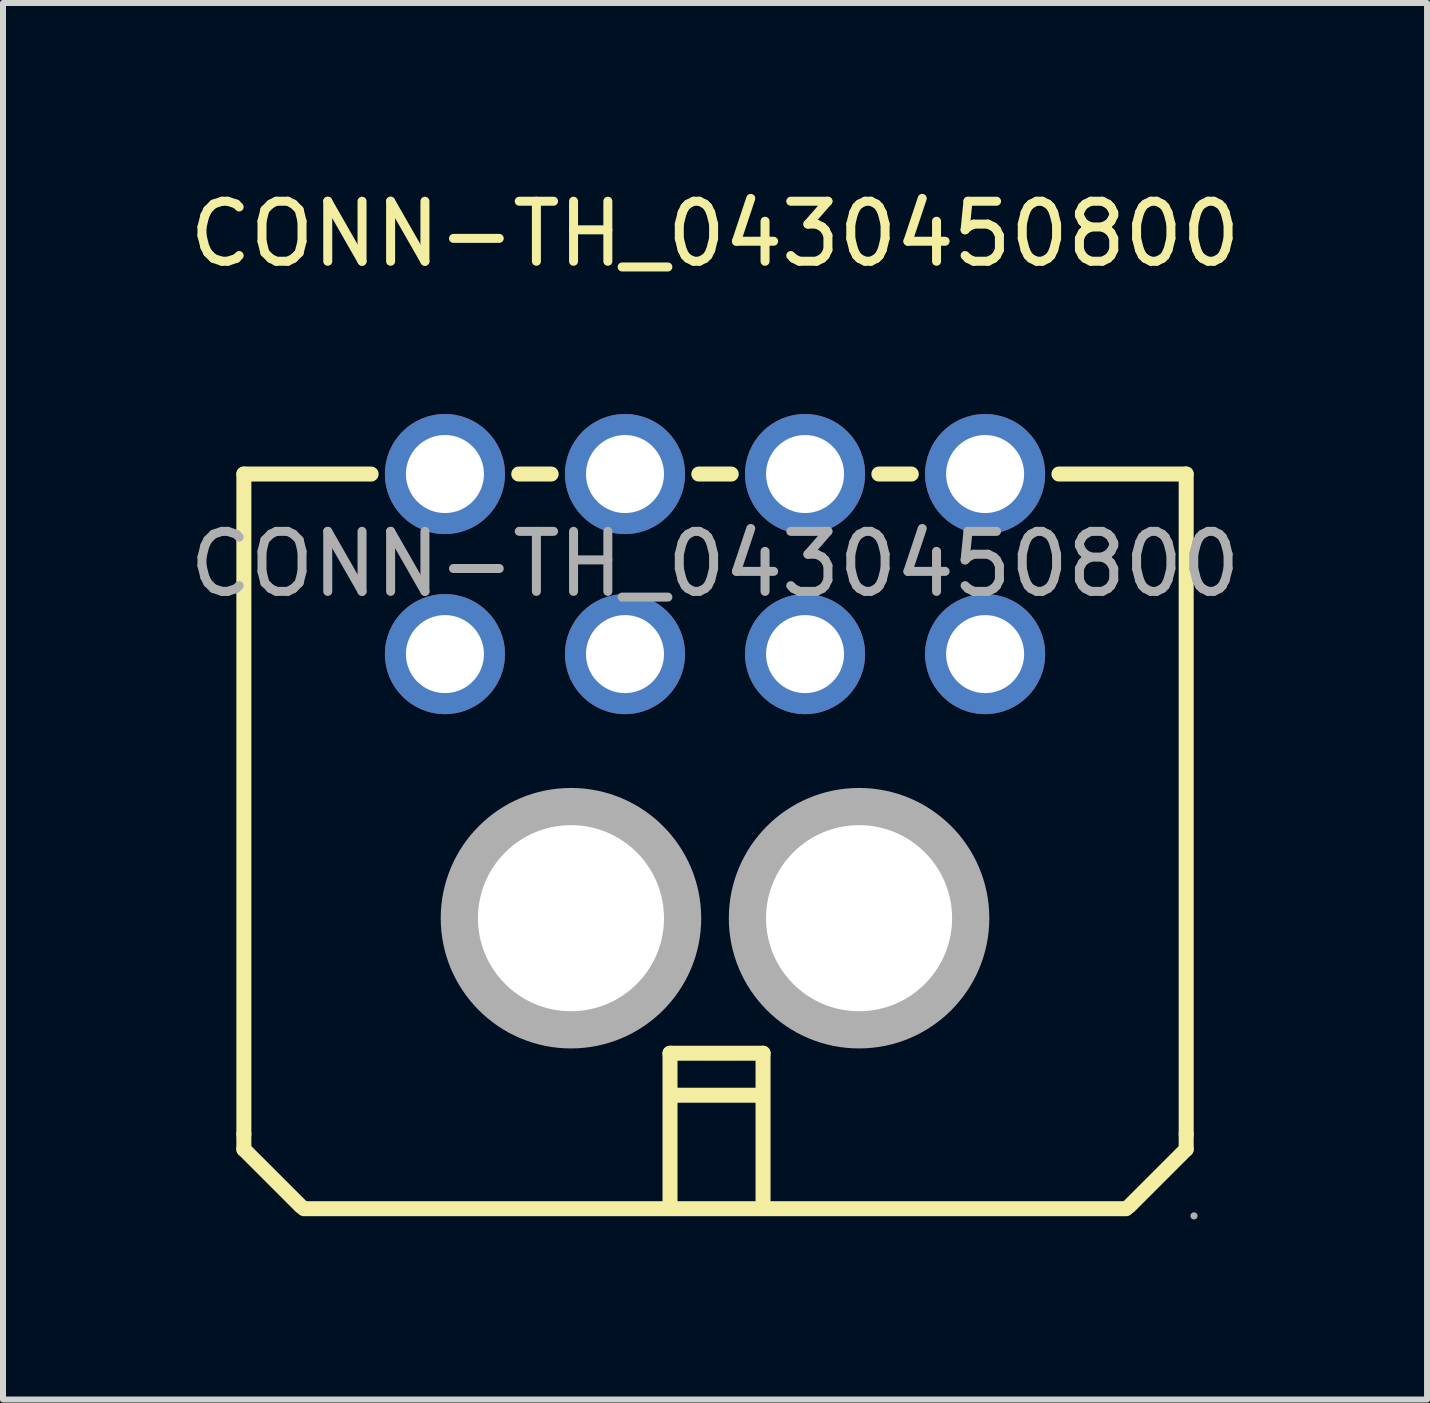
<source format=kicad_pcb>
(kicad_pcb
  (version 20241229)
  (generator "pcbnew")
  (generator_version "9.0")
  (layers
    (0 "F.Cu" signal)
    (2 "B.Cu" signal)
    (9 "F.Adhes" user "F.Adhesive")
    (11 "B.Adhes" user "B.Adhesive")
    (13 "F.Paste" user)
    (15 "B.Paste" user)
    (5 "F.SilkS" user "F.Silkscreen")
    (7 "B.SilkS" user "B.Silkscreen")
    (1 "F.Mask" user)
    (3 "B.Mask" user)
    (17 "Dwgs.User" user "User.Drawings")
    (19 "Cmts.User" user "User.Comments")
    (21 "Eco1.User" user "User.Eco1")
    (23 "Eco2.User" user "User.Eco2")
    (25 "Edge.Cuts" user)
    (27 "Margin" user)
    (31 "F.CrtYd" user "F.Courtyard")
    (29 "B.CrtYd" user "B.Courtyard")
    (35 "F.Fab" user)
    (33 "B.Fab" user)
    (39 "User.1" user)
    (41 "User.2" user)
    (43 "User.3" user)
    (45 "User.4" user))
  (footprint "CONN-TH_0430450800"
    (layer "F.Cu")
    (at 8.863 6.348)
    (property "Reference" "CONN-TH_0430450800" (at 0 -5.5 0) (layer "F.SilkS") (effects (font (size 1 1) (thickness 0.15))))
    (attr smd)
    (fp_line (start -7.85 -1.5) (end -5.73 -1.5) (stroke (width 0.25) (type solid)) (layer "F.SilkS"))
    (fp_line (start -7.85 9.5) (end -7.85 -1.5) (stroke (width 0.25) (type solid)) (layer "F.SilkS"))
    (fp_line (start -7.85 9.5) (end -7.85 9.75) (stroke (width 0.25) (type solid)) (layer "F.SilkS"))
    (fp_line (start -7.85 9.75) (end -6.9 10.7) (stroke (width 0.25) (type solid)) (layer "F.SilkS"))
    (fp_line (start -6.85 10.74) (end 6.85 10.74) (stroke (width 0.25) (type solid)) (layer "F.SilkS"))
    (fp_line (start -3.27 -1.5) (end -2.73 -1.5) (stroke (width 0.25) (type solid)) (layer "F.SilkS"))
    (fp_line (start -0.75 8.15) (end -0.75 10.7) (stroke (width 0.25) (type solid)) (layer "F.SilkS"))
    (fp_line (start -0.75 8.15) (end 0.8 8.15) (stroke (width 0.25) (type solid)) (layer "F.SilkS"))
    (fp_line (start -0.7 8.85) (end 0.75 8.85) (stroke (width 0.25) (type solid)) (layer "F.SilkS"))
    (fp_line (start -0.27 -1.5) (end 0.27 -1.5) (stroke (width 0.25) (type solid)) (layer "F.SilkS"))
    (fp_line (start 0.8 8.15) (end 0.8 10.7) (stroke (width 0.25) (type solid)) (layer "F.SilkS"))
    (fp_line (start 2.73 -1.5) (end 3.27 -1.5) (stroke (width 0.25) (type solid)) (layer "F.SilkS"))
    (fp_line (start 5.73 -1.5) (end 7.85 -1.5) (stroke (width 0.25) (type solid)) (layer "F.SilkS"))
    (fp_line (start 7.85 -1.5) (end 7.85 9.5) (stroke (width 0.25) (type solid)) (layer "F.SilkS"))
    (fp_line (start 7.85 9.5) (end 7.85 9.75) (stroke (width 0.25) (type solid)) (layer "F.SilkS"))
    (fp_line (start 7.85 9.75) (end 6.9 10.7) (stroke (width 0.25) (type solid)) (layer "F.SilkS"))
    (fp_circle (center -4.5 -1.5) (end -4.22 -1.5) (stroke (width 0.55) (type solid)) (fill no) (layer "F.Fab"))
    (fp_circle (center -4.5 1.5) (end -4.22 1.5) (stroke (width 0.55) (type solid)) (fill no) (layer "F.Fab"))
    (fp_circle (center -2.4 5.9) (end -1.68 5.9) (stroke (width 1.45) (type solid)) (fill no) (layer "F.Fab"))
    (fp_circle (center -1.5 -1.5) (end -1.22 -1.5) (stroke (width 0.55) (type solid)) (fill no) (layer "F.Fab"))
    (fp_circle (center -1.5 1.5) (end -1.22 1.5) (stroke (width 0.55) (type solid)) (fill no) (layer "F.Fab"))
    (fp_circle (center 1.5 -1.5) (end 1.78 -1.5) (stroke (width 0.55) (type solid)) (fill no) (layer "F.Fab"))
    (fp_circle (center 1.5 1.5) (end 1.78 1.5) (stroke (width 0.55) (type solid)) (fill no) (layer "F.Fab"))
    (fp_circle (center 2.4 5.9) (end 3.12 5.9) (stroke (width 1.45) (type solid)) (fill no) (layer "F.Fab"))
    (fp_circle (center 4.5 -1.5) (end 4.78 -1.5) (stroke (width 0.55) (type solid)) (fill no) (layer "F.Fab"))
    (fp_circle (center 4.5 1.5) (end 4.78 1.5) (stroke (width 0.55) (type solid)) (fill no) (layer "F.Fab"))
    (fp_circle (center 7.98 10.86) (end 8.01 10.86) (stroke (width 0.06) (type solid)) (fill no) (layer "F.Fab"))
    (fp_text user "${REFERENCE}" (at 0 0 0) (layer "F.Fab") (effects (font (size 1 1) (thickness 0.15))))
    (pad "" thru_hole circle (at -2.4 5.9) (size 3.1 3.1) (drill 3.1) (layers "*.Cu" "*.Mask"))
    (pad "" thru_hole circle (at 2.4 5.9) (size 3.1 3.1) (drill 3.1) (layers "*.Cu" "*.Mask"))
    (pad "1" thru_hole circle (at 4.5 1.5) (size 2 2) (drill 1.3) (layers "*.Cu" "*.Paste" "*.Mask"))
    (pad "2" thru_hole circle (at 1.5 1.5) (size 2 2) (drill 1.3) (layers "*.Cu" "*.Paste" "*.Mask"))
    (pad "3" thru_hole circle (at -1.5 1.5) (size 2 2) (drill 1.3) (layers "*.Cu" "*.Paste" "*.Mask"))
    (pad "4" thru_hole circle (at -4.5 1.5) (size 2 2) (drill 1.3) (layers "*.Cu" "*.Paste" "*.Mask"))
    (pad "5" thru_hole circle (at 4.5 -1.5) (size 2 2) (drill 1.3) (layers "*.Cu" "*.Paste" "*.Mask"))
    (pad "6" thru_hole circle (at 1.5 -1.5) (size 2 2) (drill 1.3) (layers "*.Cu" "*.Paste" "*.Mask"))
    (pad "7" thru_hole circle (at -1.5 -1.5) (size 2 2) (drill 1.3) (layers "*.Cu" "*.Paste" "*.Mask"))
    (pad "8" thru_hole circle (at -4.5 -1.5) (size 2 2) (drill 1.3) (layers "*.Cu" "*.Paste" "*.Mask")))
  (gr_rect
    (start -3 -3)
    (end 20.726 20.268)
    (stroke (width 0.1) (type default))
    (fill no)
    (layer "Edge.Cuts")))
</source>
